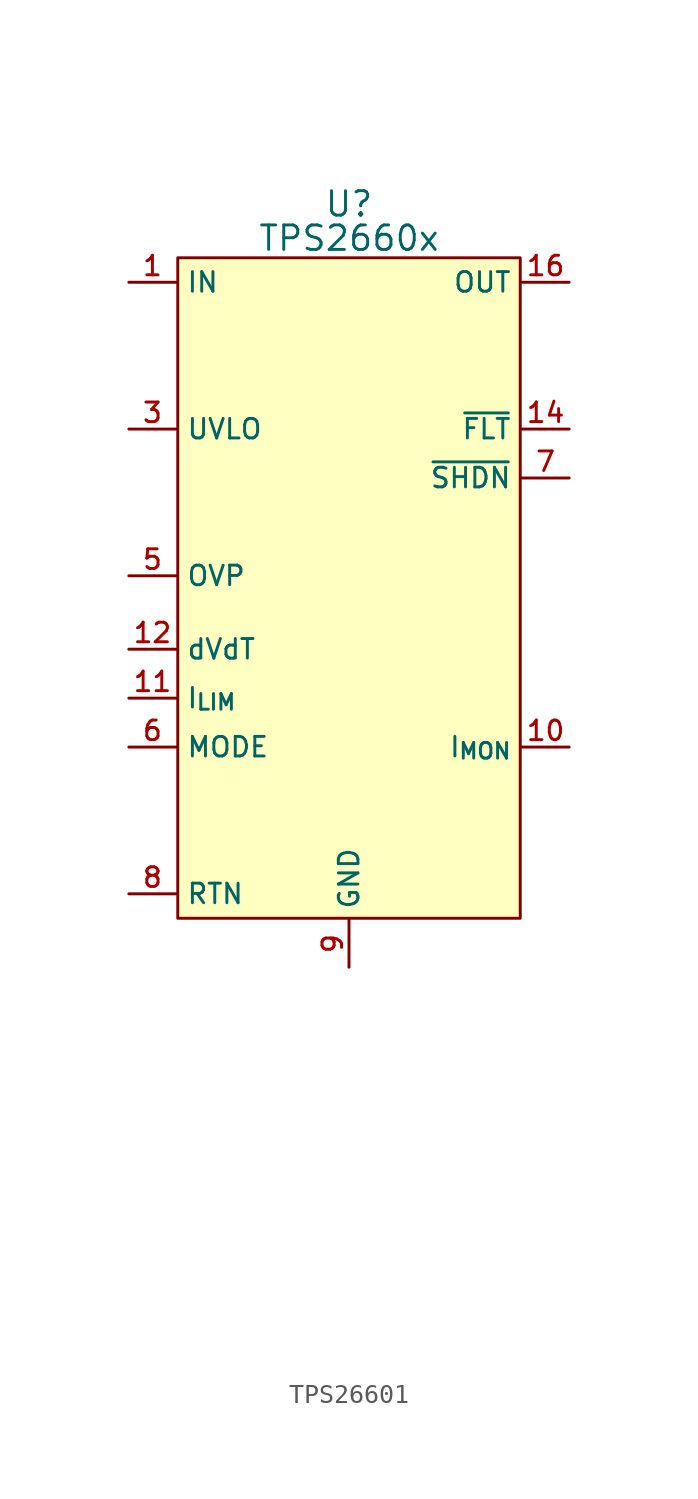
<source format=kicad_sym>
(kicad_symbol_lib
  (version 20231120)
  (generator "kicad_symbol_editor")
  (generator_version "8.0")
  (symbol "TPS26601"
    (property "Reference" "U"
      (at 0 2.794 0)
      (effects (font (size 1.27 1.27))))
    (property "Value" "TPS2660x"
      (at 0 1.016 0)
      (effects (font (size 1.27 1.27))))
    (symbol "TPS26601_1_0"
      (pin input line (at -11.43 -1.27 0) (length 2.45) (name "IN" (effects (font (size 1.016 1.016)))) (number "1" (effects (font (size 1.016 1.016)))))
      (pin input line (at 11.43 -25.4 180) (length 2.45) (name "I_{MON}" (effects (font (size 1.016 1.016)))) (number "10" (effects (font (size 1.016 1.016)))))
      (pin input line (at -11.43 -22.86 0) (length 2.45) (name "I_{LIM}" (effects (font (size 1.016 1.016)))) (number "11" (effects (font (size 1.016 1.016)))))
      (pin input line (at -11.43 -20.32 0) (length 2.45) (name "dVdT" (effects (font (size 1.016 1.016)))) (number "12" (effects (font (size 1.016 1.016)))))
      (pin input line (at 7.62 -52.07 0) (length 2.45) hide (name "NC" (effects (font (size 1.016 1.016)))) (number "13" (effects (font (size 1.016 1.016)))))
      (pin input line (at 11.43 -8.89 180) (length 2.45) (name "~{FLT}" (effects (font (size 1.016 1.016)))) (number "14" (effects (font (size 1.016 1.016)))))
      (pin input line (at 11.43 -1.27 180) (length 2.45) hide (name "OUT" (effects (font (size 1.016 1.016)))) (number "15" (effects (font (size 1.016 1.016)))))
      (pin input line (at 11.43 -1.27 180) (length 2.45) (name "OUT" (effects (font (size 1.016 1.016)))) (number "16" (effects (font (size 1.016 1.016)))))
      (pin input line (at -11.43 -33.02 0) (length 2.45) hide (name "PAD" (effects (font (size 1.016 1.016)))) (number "17" (effects (font (size 1.016 1.016)))))
      (pin input line (at -11.43 -1.27 0) (length 2.45) hide (name "IN" (effects (font (size 1.016 1.016)))) (number "2" (effects (font (size 1.016 1.016)))))
      (pin input line (at -11.43 -8.89 0) (length 2.45) (name "UVLO" (effects (font (size 1.016 1.016)))) (number "3" (effects (font (size 1.016 1.016)))))
      (pin input line (at 7.62 -49.53 0) (length 2.45) hide (name "NC" (effects (font (size 1.016 1.016)))) (number "4" (effects (font (size 1.016 1.016)))))
      (pin input line (at -11.43 -16.51 0) (length 2.45) (name "OVP" (effects (font (size 1.016 1.016)))) (number "5" (effects (font (size 1.016 1.016)))))
      (pin input line (at -11.43 -25.4 0) (length 2.45) (name "MODE" (effects (font (size 1.016 1.016)))) (number "6" (effects (font (size 1.016 1.016)))))
      (pin input line (at 11.43 -11.43 180) (length 2.45) (name "~{SHDN}" (effects (font (size 1.016 1.016)))) (number "7" (effects (font (size 1.016 1.016)))))
      (pin input line (at -11.43 -33.02 0) (length 2.45) (name "RTN" (effects (font (size 1.016 1.016)))) (number "8" (effects (font (size 1.016 1.016)))))
      (pin input line (at 0 -36.83 90) (length 2.45) (name "GND" (effects (font (size 1.016 1.016)))) (number "9" (effects (font (size 1.016 1.016))))))
    (symbol "TPS26601_1_1"
      (rectangle (start -8.89 0) (end 8.89 -34.29) (stroke (width 0) (type default)) (fill (type background))))))
</source>
